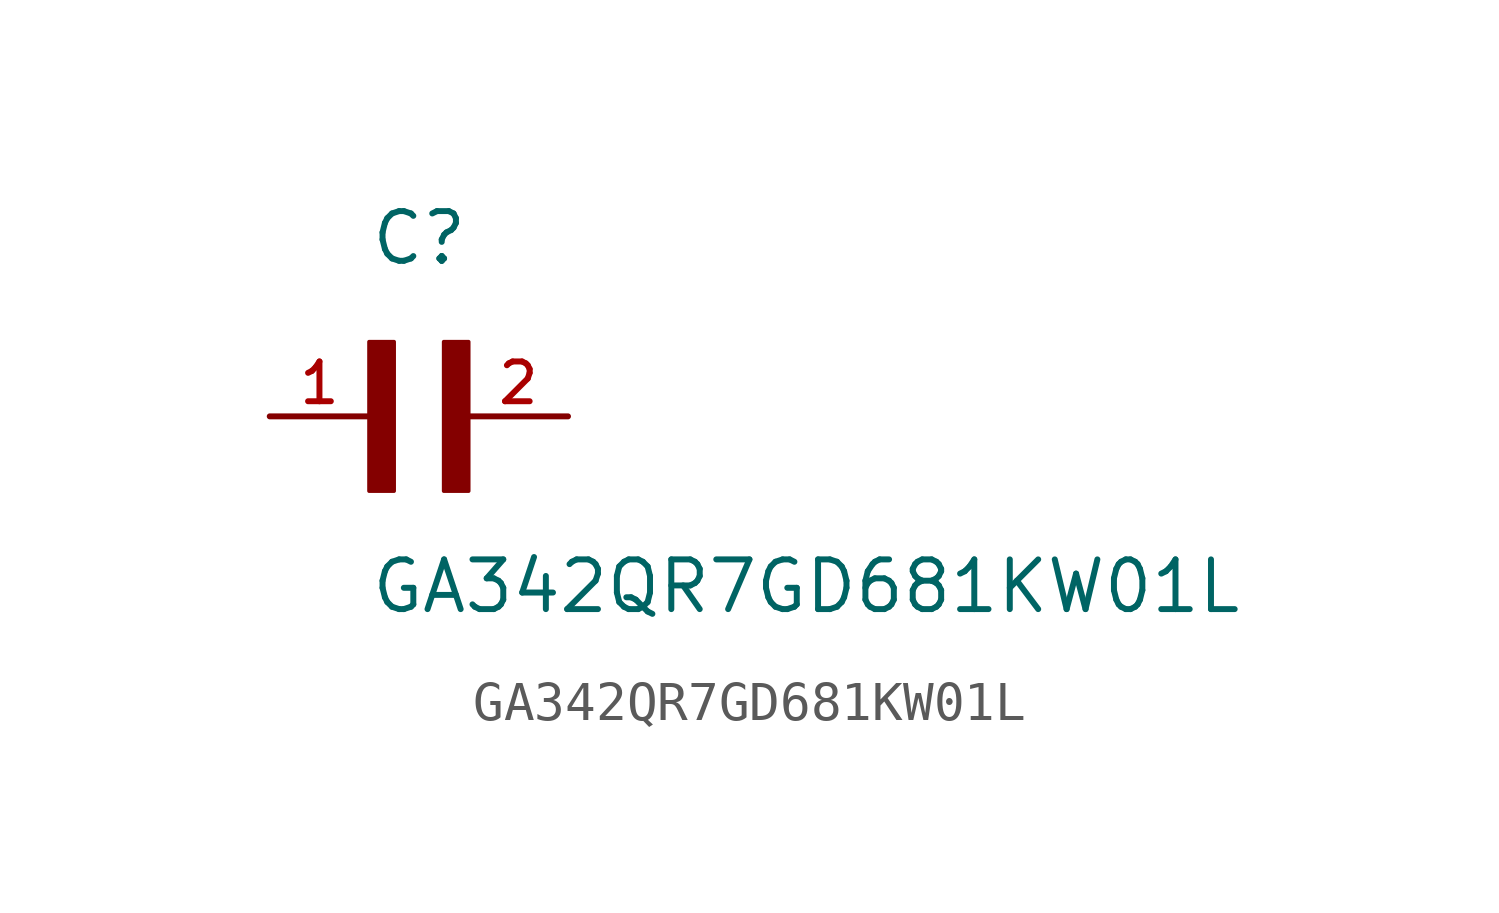
<source format=kicad_sym>
(kicad_symbol_lib
  (version 20231120)
  (generator "kicad_symbol_editor")
  (generator_version "8.0")
  (symbol "GA342QR7GD681KW01L"
    (pin_names
      (offset 1.016))
    (property "Reference" "C"
      (at 0 3.811 0)
      (effects (font (size 1.27 1.27)) (justify left bottom)))
    (property "Value" "GA342QR7GD681KW01L"
      (at 0 -5.088 0)
      (effects (font (size 1.27 1.27)) (justify left bottom)))
    (symbol "GA342QR7GD681KW01L_0_0"
      (rectangle (start 0 -1.907) (end 0.635 1.905) (stroke (width 0.1) (type default)) (fill (type outline)))
      (rectangle (start 1.907 -1.907) (end 2.54 1.905) (stroke (width 0.1) (type default)) (fill (type outline)))
      (pin passive line (at -2.54 0 0) (length 2.54) (name "~" (effects (font (size 1.016 1.016)))) (number "1" (effects (font (size 1.016 1.016)))))
      (pin passive line (at 5.08 0 180) (length 2.54) (name "~" (effects (font (size 1.016 1.016)))) (number "2" (effects (font (size 1.016 1.016))))))))
</source>
